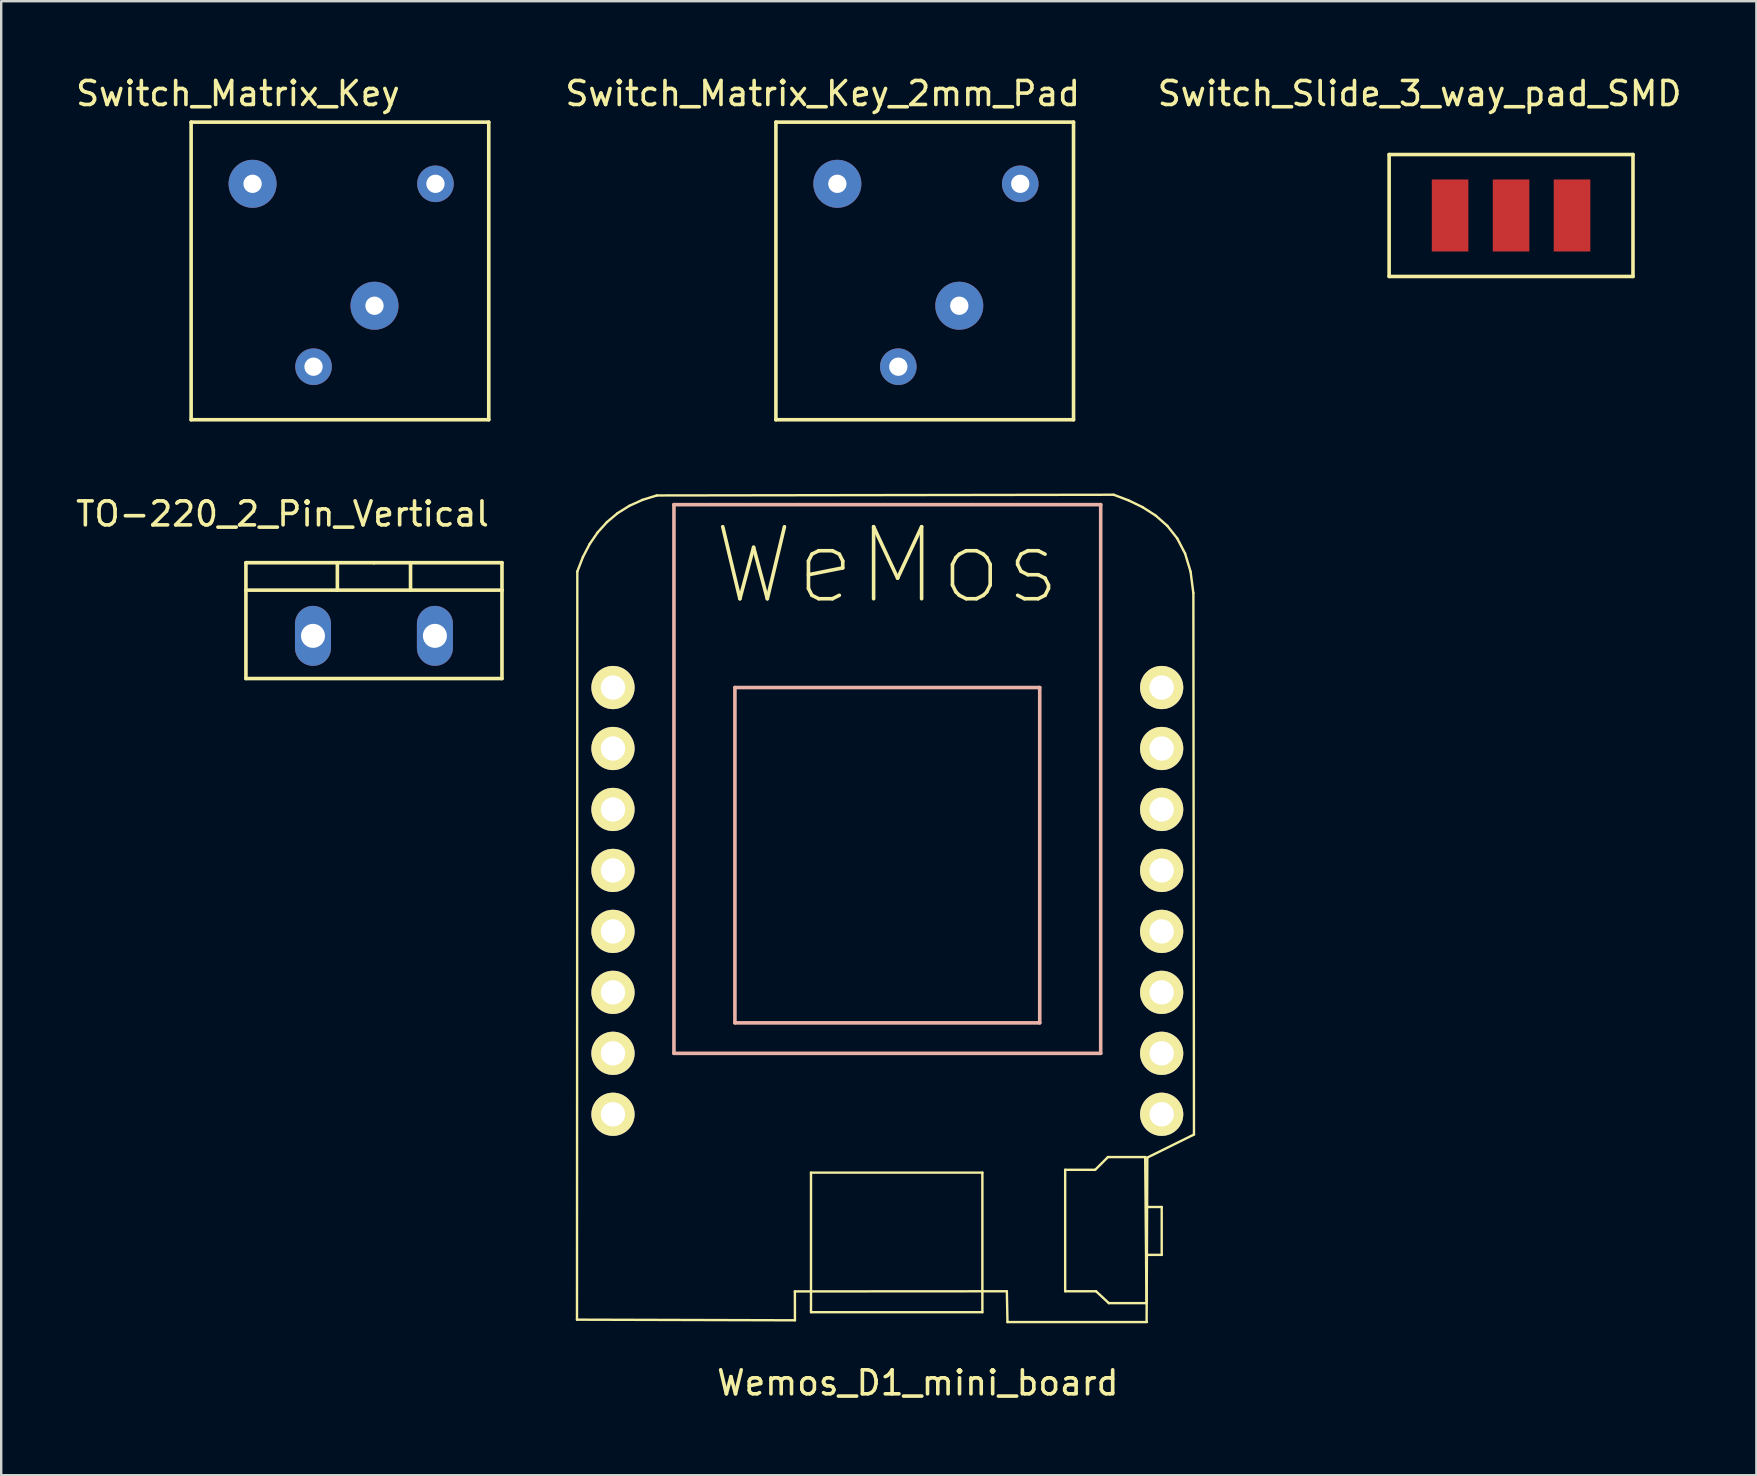
<source format=kicad_pcb>
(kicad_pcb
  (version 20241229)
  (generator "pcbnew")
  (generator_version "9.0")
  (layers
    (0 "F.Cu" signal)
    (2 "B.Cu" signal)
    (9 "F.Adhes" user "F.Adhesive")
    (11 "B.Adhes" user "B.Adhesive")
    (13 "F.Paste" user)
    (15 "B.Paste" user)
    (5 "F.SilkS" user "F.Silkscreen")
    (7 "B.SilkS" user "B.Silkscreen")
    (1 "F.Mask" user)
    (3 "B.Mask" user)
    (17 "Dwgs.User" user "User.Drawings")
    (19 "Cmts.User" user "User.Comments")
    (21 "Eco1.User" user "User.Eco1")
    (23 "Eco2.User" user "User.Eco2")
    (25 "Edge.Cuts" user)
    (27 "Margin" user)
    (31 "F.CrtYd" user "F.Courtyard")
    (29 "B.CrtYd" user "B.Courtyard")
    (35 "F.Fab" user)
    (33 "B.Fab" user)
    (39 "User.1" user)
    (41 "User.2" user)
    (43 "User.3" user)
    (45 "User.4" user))
  (footprint "Wemos_D1_mini_board"
    (layer "F.Cu")
    (at 33.919 35.755)
    (property "Reference" "Wemos_D1_mini_board" (at 1.27 18.81 0) (layer "F.SilkS") (effects (font (size 1 1) (thickness 0.15))))
    (attr through_hole)
    (fp_line (start -12.93 16.177) (end -12.916 -14.993) (stroke (width 0.1) (type solid)) (layer "F.SilkS"))
    (fp_line (start -12.916 -14.993) (end -12.683 -15.596) (stroke (width 0.1) (type solid)) (layer "F.SilkS"))
    (fp_line (start -12.683 -15.596) (end -12.4 -16.141) (stroke (width 0.1) (type solid)) (layer "F.SilkS"))
    (fp_line (start -12.4 -16.141) (end -12.065 -16.628) (stroke (width 0.1) (type solid)) (layer "F.SilkS"))
    (fp_line (start -12.065 -16.628) (end -11.679 -17.055) (stroke (width 0.1) (type solid)) (layer "F.SilkS"))
    (fp_line (start -11.679 -17.055) (end -11.241 -17.423) (stroke (width 0.1) (type solid)) (layer "F.SilkS"))
    (fp_line (start -11.241 -17.423) (end -10.749 -17.73) (stroke (width 0.1) (type solid)) (layer "F.SilkS"))
    (fp_line (start -10.749 -17.73) (end -10.205 -17.977) (stroke (width 0.1) (type solid)) (layer "F.SilkS"))
    (fp_line (start -10.205 -17.977) (end -9.607 -18.163) (stroke (width 0.1) (type solid)) (layer "F.SilkS"))
    (fp_line (start -9.607 -18.163) (end 9.43 -18.192) (stroke (width 0.1) (type solid)) (layer "F.SilkS"))
    (fp_line (start -3.851 15) (end -3.849 16.203) (stroke (width 0.1) (type solid)) (layer "F.SilkS"))
    (fp_line (start -3.849 16.203) (end -12.93 16.177) (stroke (width 0.1) (type solid)) (layer "F.SilkS"))
    (fp_line (start -3.18 10.051) (end 3.96 10.051) (stroke (width 0.1) (type solid)) (layer "F.SilkS"))
    (fp_line (start -3.18 15.865) (end -3.18 10.051) (stroke (width 0.1) (type solid)) (layer "F.SilkS"))
    (fp_line (start 3.96 10.051) (end 3.96 15.865) (stroke (width 0.1) (type solid)) (layer "F.SilkS"))
    (fp_line (start 3.96 15.865) (end -3.18 15.865) (stroke (width 0.1) (type solid)) (layer "F.SilkS"))
    (fp_line (start 4.98 14.994) (end -3.851 15) (stroke (width 0.1) (type solid)) (layer "F.SilkS"))
    (fp_line (start 5.006 16.277) (end 4.98 14.994) (stroke (width 0.1) (type solid)) (layer "F.SilkS"))
    (fp_line (start 7.41 9.932) (end 7.41 14.994) (stroke (width 0.1) (type solid)) (layer "F.SilkS"))
    (fp_line (start 7.41 14.994) (end 8.697 14.994) (stroke (width 0.1) (type solid)) (layer "F.SilkS"))
    (fp_line (start 8.662 9.932) (end 7.41 9.932) (stroke (width 0.1) (type solid)) (layer "F.SilkS"))
    (fp_line (start 8.697 14.994) (end 9.227 15.488) (stroke (width 0.1) (type solid)) (layer "F.SilkS"))
    (fp_line (start 9.191 9.402) (end 8.662 9.932) (stroke (width 0.1) (type solid)) (layer "F.SilkS"))
    (fp_line (start 9.227 15.488) (end 10.797 15.488) (stroke (width 0.1) (type solid)) (layer "F.SilkS"))
    (fp_line (start 9.43 -18.192) (end 10.05 -17.958) (stroke (width 0.1) (type solid)) (layer "F.SilkS"))
    (fp_line (start 10.05 -17.958) (end 10.638 -17.673) (stroke (width 0.1) (type solid)) (layer "F.SilkS"))
    (fp_line (start 10.638 -17.673) (end 11.181 -17.324) (stroke (width 0.1) (type solid)) (layer "F.SilkS"))
    (fp_line (start 10.744 9.402) (end 9.191 9.402) (stroke (width 0.1) (type solid)) (layer "F.SilkS"))
    (fp_line (start 10.779 11.484) (end 11.432 11.484) (stroke (width 0.1) (type solid)) (layer "F.SilkS"))
    (fp_line (start 10.797 15.488) (end 10.744 9.402) (stroke (width 0.1) (type solid)) (layer "F.SilkS"))
    (fp_line (start 10.817 16.277) (end 5.006 16.277) (stroke (width 0.1) (type solid)) (layer "F.SilkS"))
    (fp_line (start 10.832 9.424) (end 10.803 16.233) (stroke (width 0.1) (type solid)) (layer "F.SilkS"))
    (fp_line (start 11.181 -17.324) (end 11.667 -16.895) (stroke (width 0.1) (type solid)) (layer "F.SilkS"))
    (fp_line (start 11.432 11.484) (end 11.432 13.477) (stroke (width 0.1) (type solid)) (layer "F.SilkS"))
    (fp_line (start 11.432 13.477) (end 10.814 13.477) (stroke (width 0.1) (type solid)) (layer "F.SilkS"))
    (fp_line (start 11.667 -16.895) (end 12.08 -16.371) (stroke (width 0.1) (type solid)) (layer "F.SilkS"))
    (fp_line (start 12.08 -16.371) (end 12.407 -15.74) (stroke (width 0.1) (type solid)) (layer "F.SilkS"))
    (fp_line (start 12.407 -15.74) (end 12.635 -14.985) (stroke (width 0.1) (type solid)) (layer "F.SilkS"))
    (fp_line (start 12.635 -14.985) (end 12.751 -14.092) (stroke (width 0.1) (type solid)) (layer "F.SilkS"))
    (fp_line (start 12.751 -14.092) (end 12.776 8.463) (stroke (width 0.1) (type solid)) (layer "F.SilkS"))
    (fp_line (start 12.776 8.463) (end 10.832 9.424) (stroke (width 0.1) (type solid)) (layer "F.SilkS"))
    (fp_line (start -8.89 -17.78) (end -8.89 5.08) (stroke (width 0.15) (type solid)) (layer "B.SilkS"))
    (fp_line (start -8.89 5.08) (end 8.89 5.08) (stroke (width 0.15) (type solid)) (layer "B.SilkS"))
    (fp_line (start -6.35 -10.16) (end 6.35 -10.16) (stroke (width 0.15) (type solid)) (layer "B.SilkS"))
    (fp_line (start -6.35 3.81) (end -6.35 -10.16) (stroke (width 0.15) (type solid)) (layer "B.SilkS"))
    (fp_line (start 6.35 -10.16) (end 6.35 3.81) (stroke (width 0.15) (type solid)) (layer "B.SilkS"))
    (fp_line (start 6.35 3.81) (end -6.35 3.81) (stroke (width 0.15) (type solid)) (layer "B.SilkS"))
    (fp_line (start 8.89 -17.78) (end -8.89 -17.78) (stroke (width 0.15) (type solid)) (layer "B.SilkS"))
    (fp_line (start 8.89 5.08) (end 8.89 -17.78) (stroke (width 0.15) (type solid)) (layer "B.SilkS"))
    (fp_text user "WeMos" (at 0 -15.24 0) (layer "F.SilkS") (effects (font (size 3 3) (thickness 0.15))))
    (pad "1" thru_hole circle (at 11.43 7.62) (size 1.8 1.8) (drill 1.016) (layers "*.Cu" "*.Mask" "F.SilkS"))
    (pad "2" thru_hole circle (at 11.43 5.08) (size 1.8 1.8) (drill 1.016) (layers "*.Cu" "*.Mask" "F.SilkS"))
    (pad "3" thru_hole circle (at 11.43 2.54) (size 1.8 1.8) (drill 1.016) (layers "*.Cu" "*.Mask" "F.SilkS"))
    (pad "4" thru_hole circle (at 11.43 0) (size 1.8 1.8) (drill 1.016) (layers "*.Cu" "*.Mask" "F.SilkS"))
    (pad "5" thru_hole circle (at 11.43 -2.54) (size 1.8 1.8) (drill 1.016) (layers "*.Cu" "*.Mask" "F.SilkS"))
    (pad "6" thru_hole circle (at 11.43 -5.08) (size 1.8 1.8) (drill 1.016) (layers "*.Cu" "*.Mask" "F.SilkS"))
    (pad "7" thru_hole circle (at 11.43 -7.62) (size 1.8 1.8) (drill 1.016) (layers "*.Cu" "*.Mask" "F.SilkS"))
    (pad "8" thru_hole circle (at 11.43 -10.16) (size 1.8 1.8) (drill 1.016) (layers "*.Cu" "*.Mask" "F.SilkS"))
    (pad "9" thru_hole circle (at -11.43 -10.16) (size 1.8 1.8) (drill 1.016) (layers "*.Cu" "*.Mask" "F.SilkS"))
    (pad "10" thru_hole circle (at -11.43 -7.62) (size 1.8 1.8) (drill 1.016) (layers "*.Cu" "*.Mask" "F.SilkS"))
    (pad "11" thru_hole circle (at -11.43 -5.08) (size 1.8 1.8) (drill 1.016) (layers "*.Cu" "*.Mask" "F.SilkS"))
    (pad "12" thru_hole circle (at -11.43 -2.54) (size 1.8 1.8) (drill 1.016) (layers "*.Cu" "*.Mask" "F.SilkS"))
    (pad "13" thru_hole circle (at -11.43 0) (size 1.8 1.8) (drill 1.016) (layers "*.Cu" "*.Mask" "F.SilkS"))
    (pad "14" thru_hole circle (at -11.43 2.54) (size 1.8 1.8) (drill 1.016) (layers "*.Cu" "*.Mask" "F.SilkS"))
    (pad "15" thru_hole circle (at -11.43 5.08) (size 1.8 1.8) (drill 1.016) (layers "*.Cu" "*.Mask" "F.SilkS"))
    (pad "16" thru_hole circle (at -11.43 7.62) (size 1.8 1.8) (drill 1.016) (layers "*.Cu" "*.Mask" "F.SilkS")))
  (footprint "Switch_Matrix_Key_2mm_Pad"
    (layer "F.Cu")
    (at 29.277 2.048)
    (property "Reference" "Switch_Matrix_Key_2mm_Pad" (at 1.95 -1.2 0) (layer "F.SilkS") (effects (font (size 1 1) (thickness 0.15))))
    (attr through_hole)
    (fp_line (start 0 -0.01) (end 12.4 -0.01) (stroke (width 0.15) (type solid)) (layer "F.SilkS"))
    (fp_line (start 0 12.39) (end 0 -0.01) (stroke (width 0.15) (type solid)) (layer "F.SilkS"))
    (fp_line (start 12.4 -0.01) (end 12.4 12.39) (stroke (width 0.15) (type solid)) (layer "F.SilkS"))
    (fp_line (start 12.4 12.39) (end 0 12.39) (stroke (width 0.15) (type solid)) (layer "F.SilkS"))
    (pad "" np_thru_hole circle (at 5.1 10.18) (size 1.524 1.524) (drill 0.762) (layers "*.Cu" "*.Mask"))
    (pad "" np_thru_hole circle (at 10.18 2.56) (size 1.524 1.524) (drill 0.762) (layers "*.Cu" "*.Mask"))
    (pad "1" thru_hole circle (at 2.56 2.56) (size 2 2) (drill 0.762) (layers "*.Cu" "*.Mask"))
    (pad "2" thru_hole circle (at 7.64 7.64) (size 2 2) (drill 0.762) (layers "*.Cu" "*.Mask")))
  (footprint "Switch_Matrix_Key"
    (layer "F.Cu")
    (at 4.913 2.048)
    (property "Reference" "Switch_Matrix_Key" (at 1.95 -1.2 0) (layer "F.SilkS") (effects (font (size 1 1) (thickness 0.15))))
    (attr through_hole)
    (fp_line (start 0 -0.01) (end 12.4 -0.01) (stroke (width 0.15) (type solid)) (layer "F.SilkS"))
    (fp_line (start 0 12.39) (end 0 -0.01) (stroke (width 0.15) (type solid)) (layer "F.SilkS"))
    (fp_line (start 12.4 -0.01) (end 12.4 12.39) (stroke (width 0.15) (type solid)) (layer "F.SilkS"))
    (fp_line (start 12.4 12.39) (end 0 12.39) (stroke (width 0.15) (type solid)) (layer "F.SilkS"))
    (pad "" np_thru_hole circle (at 5.1 10.18) (size 1.524 1.524) (drill 0.762) (layers "*.Cu" "*.Mask"))
    (pad "" np_thru_hole circle (at 10.18 2.56) (size 1.524 1.524) (drill 0.762) (layers "*.Cu" "*.Mask"))
    (pad "1" thru_hole circle (at 2.56 2.56) (size 2 2) (drill 0.762) (layers "*.Cu" "*.Mask"))
    (pad "2" thru_hole circle (at 7.64 7.64) (size 2 2) (drill 0.762) (layers "*.Cu" "*.Mask")))
  (footprint "Switch_Slide_3_way_pad_SMD"
    (layer "F.Cu")
    (at 61.176 7.198)
    (property "Reference" "Switch_Slide_3_way_pad_SMD" (at -5.08 -6.35 0) (layer "F.SilkS") (effects (font (size 1 1) (thickness 0.15))))
    (attr through_hole)
    (fp_line (start -6.35 -3.81) (end 3.81 -3.81) (stroke (width 0.15) (type solid)) (layer "F.SilkS"))
    (fp_line (start -6.35 1.27) (end -6.35 -3.81) (stroke (width 0.15) (type solid)) (layer "F.SilkS"))
    (fp_line (start 3.81 -3.81) (end 3.81 1.27) (stroke (width 0.15) (type solid)) (layer "F.SilkS"))
    (fp_line (start 3.81 1.27) (end -6.35 1.27) (stroke (width 0.15) (type solid)) (layer "F.SilkS"))
    (pad "1" smd rect (at -3.81 -1.27) (size 1.524 3) (layers "F.Cu" "F.Mask" "F.Paste"))
    (pad "2" smd rect (at -1.27 -1.27) (size 1.524 3) (layers "F.Cu" "F.Mask" "F.Paste"))
    (pad "3" smd rect (at 1.27 -1.27) (size 1.524 3) (layers "F.Cu" "F.Mask" "F.Paste")))
  (footprint "TO-220_2_Pin_Vertical"
    (layer "F.Cu")
    (at 12.53 23.442)
    (property "Reference" "TO-220_2_Pin_Vertical" (at -3.81 -5.08 0) (layer "F.SilkS") (effects (font (size 1 1) (thickness 0.15))))
    (attr through_hole)
    (fp_line (start -5.334 -1.905) (end -5.334 -3.048) (stroke (width 0.15) (type solid)) (layer "F.SilkS"))
    (fp_line (start -5.334 1.778) (end -5.334 -1.905) (stroke (width 0.15) (type solid)) (layer "F.SilkS"))
    (fp_line (start -1.524 -3.048) (end -1.524 -1.905) (stroke (width 0.15) (type solid)) (layer "F.SilkS"))
    (fp_line (start 0 -3.048) (end -5.334 -3.048) (stroke (width 0.15) (type solid)) (layer "F.SilkS"))
    (fp_line (start 0 -3.048) (end 5.334 -3.048) (stroke (width 0.15) (type solid)) (layer "F.SilkS"))
    (fp_line (start 1.524 -3.048) (end 1.524 -1.905) (stroke (width 0.15) (type solid)) (layer "F.SilkS"))
    (fp_line (start 5.334 -3.048) (end 5.334 -1.905) (stroke (width 0.15) (type solid)) (layer "F.SilkS"))
    (fp_line (start 5.334 -1.905) (end -5.334 -1.905) (stroke (width 0.15) (type solid)) (layer "F.SilkS"))
    (fp_line (start 5.334 -1.905) (end 5.334 1.778) (stroke (width 0.15) (type solid)) (layer "F.SilkS"))
    (fp_line (start 5.334 1.778) (end -5.334 1.778) (stroke (width 0.15) (type solid)) (layer "F.SilkS"))
    (pad "1" thru_hole oval (at -2.54 0 90) (size 2.499 1.501) (drill 1.001) (layers "*.Cu" "*.Mask"))
    (pad "2" thru_hole oval (at 2.54 0 90) (size 2.499 1.501) (drill 1.001) (layers "*.Cu" "*.Mask")))
  (gr_rect
    (start -3 -3)
    (end 70.126 58.413)
    (stroke (width 0.1) (type default))
    (fill no)
    (layer "Edge.Cuts")))
</source>
